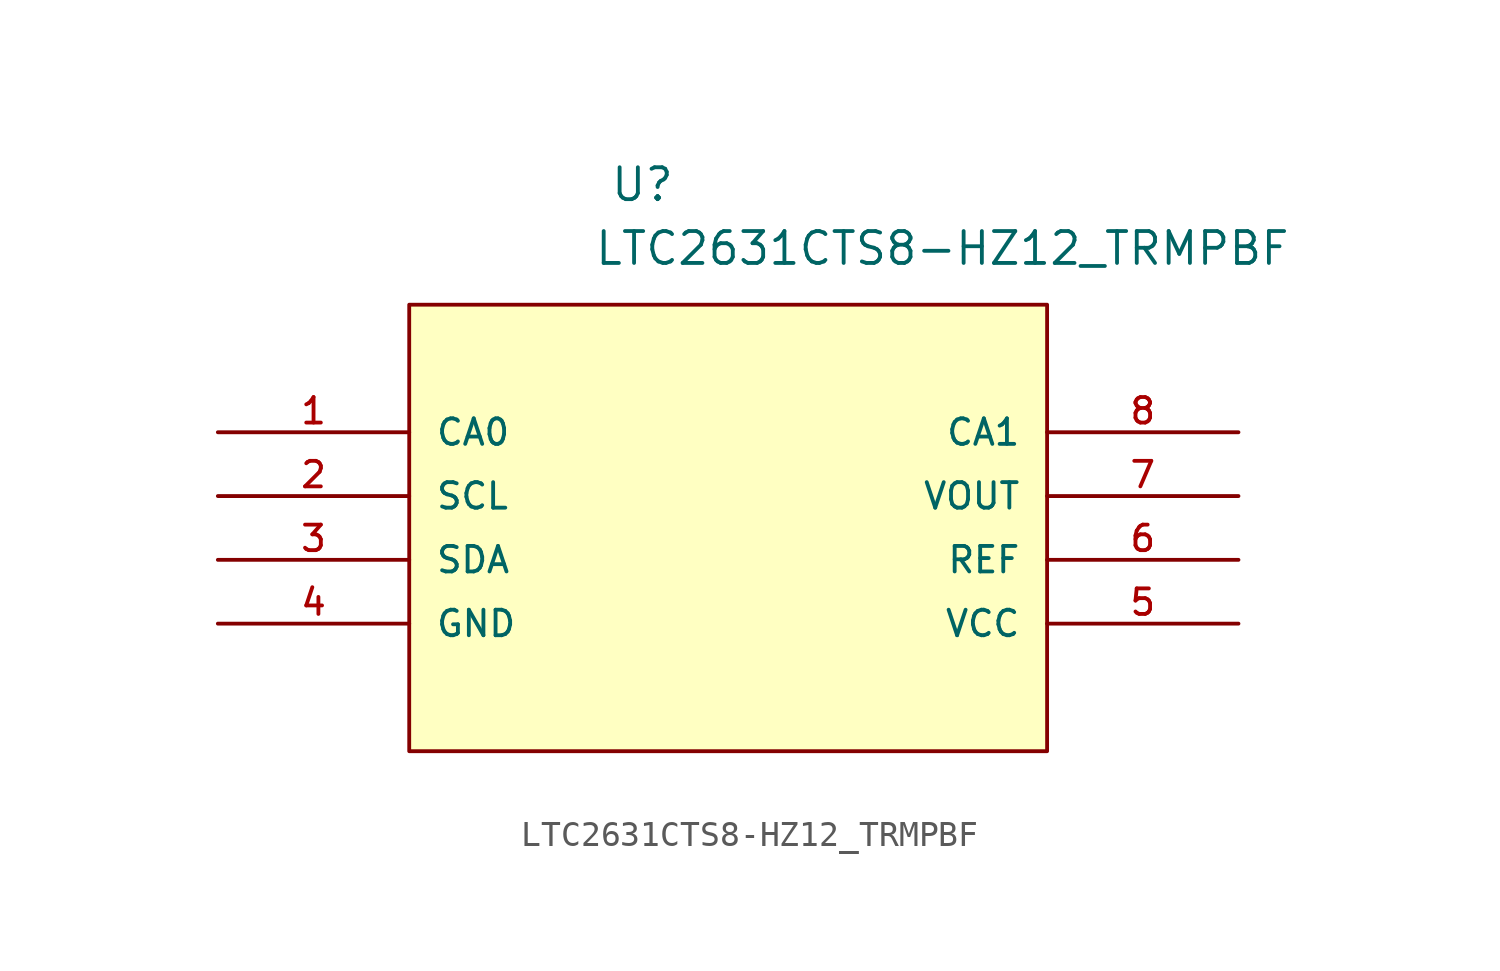
<source format=kicad_sym>
(kicad_symbol_lib
  (version 20211014)
  (generator kicad_symbol_editor)
  (symbol "LTC2631CTS8-HZ12_TRMPBF"
    (pin_names
      (offset 1.016))
    (property "Reference" "U"
      (at 15.596 9.119 0.0)
      (effects (font (size 1.27 1.27)) (justify bottom left)))
    (property "Value" "LTC2631CTS8-HZ12_TRMPBF"
      (at 14.961 6.579 0.0)
      (effects (font (size 1.27 1.27)) (justify bottom left)))
    (symbol "LTC2631CTS8-HZ12_TRMPBF_0_0"
      (rectangle (start 7.62 -12.7) (end 33.02 5.08) (stroke (width 0.152)) (fill (type background)))
      (pin passive line (at 0.0 0.0 0) (length 7.62) (name "CA0" (effects (font (size 1.016 1.016)))) (number "1" (effects (font (size 1.016 1.016)))))
      (pin input line (at 0.0 -2.54 0) (length 7.62) (name "SCL" (effects (font (size 1.016 1.016)))) (number "2" (effects (font (size 1.016 1.016)))))
      (pin bidirectional line (at 0.0 -5.08 0) (length 7.62) (name "SDA" (effects (font (size 1.016 1.016)))) (number "3" (effects (font (size 1.016 1.016)))))
      (pin power_in line (at 0.0 -7.62 0) (length 7.62) (name "GND" (effects (font (size 1.016 1.016)))) (number "4" (effects (font (size 1.016 1.016)))))
      (pin power_in line (at 40.64 -7.62 180.0) (length 7.62) (name "VCC" (effects (font (size 1.016 1.016)))) (number "5" (effects (font (size 1.016 1.016)))))
      (pin bidirectional line (at 40.64 -5.08 180.0) (length 7.62) (name "REF" (effects (font (size 1.016 1.016)))) (number "6" (effects (font (size 1.016 1.016)))))
      (pin output line (at 40.64 -2.54 180.0) (length 7.62) (name "VOUT" (effects (font (size 1.016 1.016)))) (number "7" (effects (font (size 1.016 1.016)))))
      (pin passive line (at 40.64 0.0 180.0) (length 7.62) (name "CA1" (effects (font (size 1.016 1.016)))) (number "8" (effects (font (size 1.016 1.016))))))))
</source>
